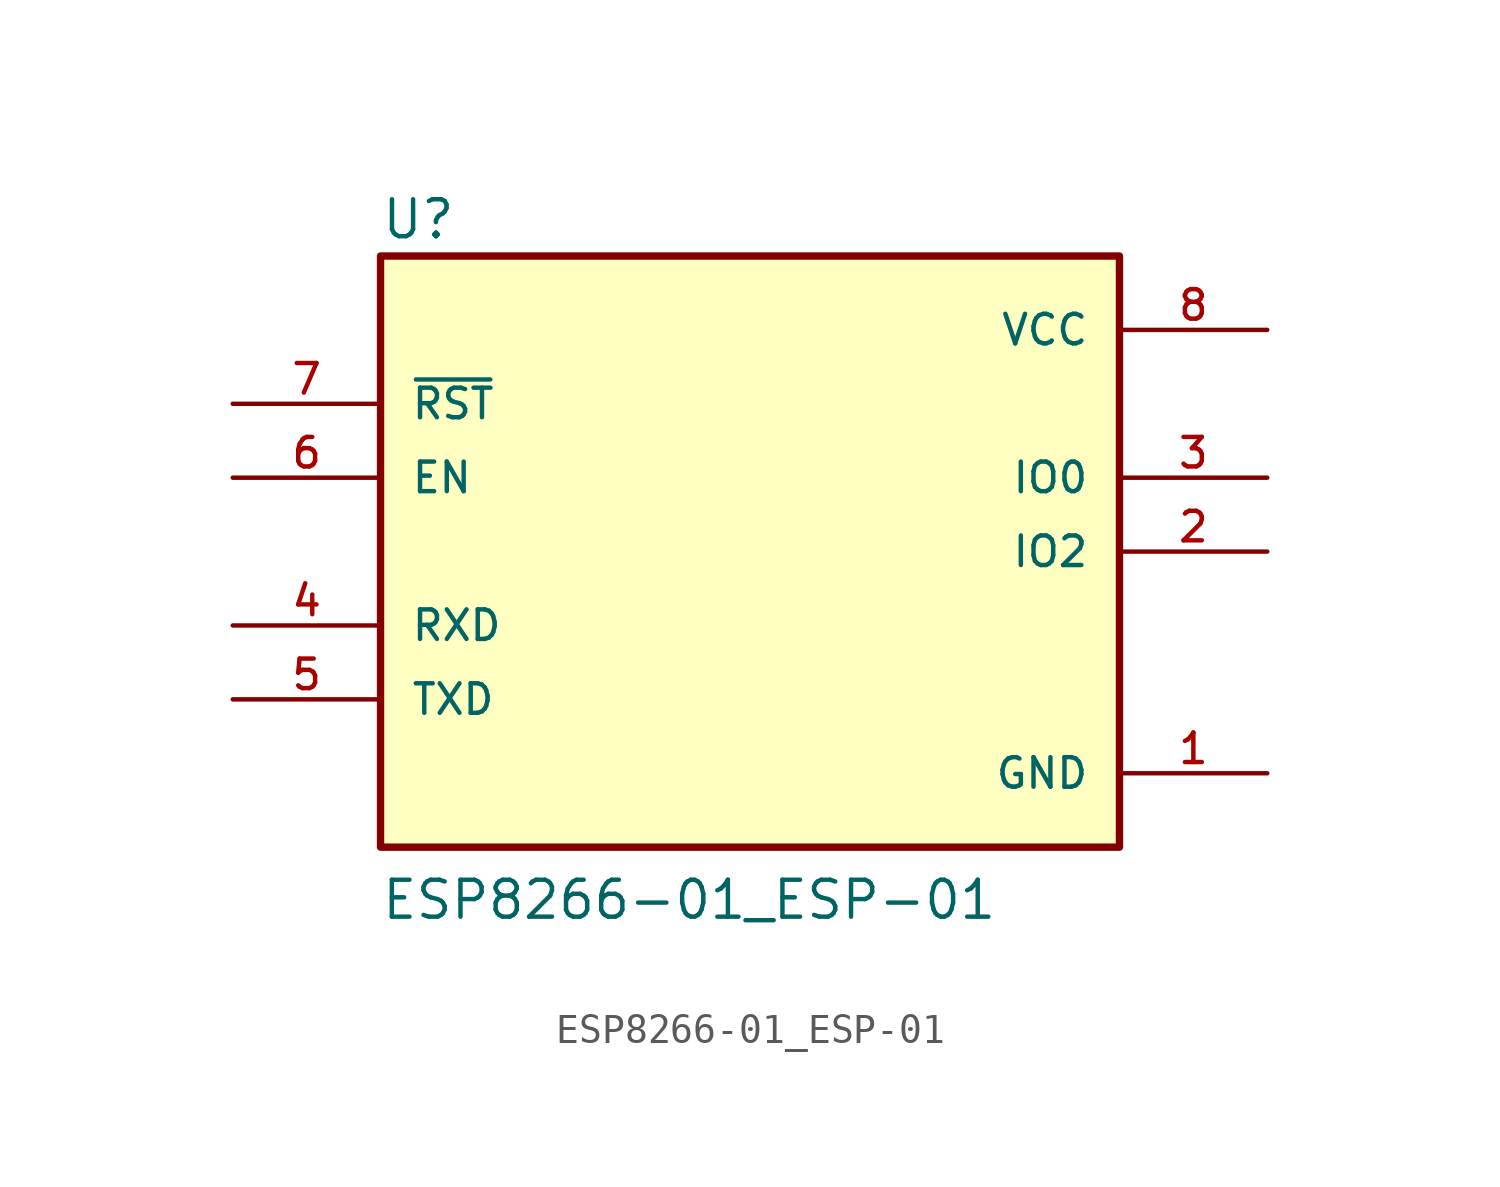
<source format=kicad_sym>
(kicad_symbol_lib
  (version 20231120)
  (generator "kicad_symbol_editor")
  (generator_version "8.0")
  (symbol "ESP8266-01_ESP-01"
    (pin_names
      (offset 1.016))
    (property "Reference" "U"
      (at -12.709 10.678 0)
      (effects (font (size 1.27 1.27)) (justify left bottom)))
    (property "Value" "ESP8266-01_ESP-01"
      (at -12.713 -12.713 0)
      (effects (font (size 1.27 1.27)) (justify left bottom)))
    (symbol "ESP8266-01_ESP-01_0_0"
      (rectangle (start -12.7 -10.16) (end 12.7 10.16) (stroke (width 0.254) (type default)) (fill (type background)))
      (pin power_in line (at 17.78 -7.62 180) (length 5.08) (name "GND" (effects (font (size 1.016 1.016)))) (number "1" (effects (font (size 1.016 1.016)))))
      (pin bidirectional line (at 17.78 0 180) (length 5.08) (name "IO2" (effects (font (size 1.016 1.016)))) (number "2" (effects (font (size 1.016 1.016)))))
      (pin bidirectional line (at 17.78 2.54 180) (length 5.08) (name "IO0" (effects (font (size 1.016 1.016)))) (number "3" (effects (font (size 1.016 1.016)))))
      (pin input line (at -17.78 -2.54 0) (length 5.08) (name "RXD" (effects (font (size 1.016 1.016)))) (number "4" (effects (font (size 1.016 1.016)))))
      (pin output line (at -17.78 -5.08 0) (length 5.08) (name "TXD" (effects (font (size 1.016 1.016)))) (number "5" (effects (font (size 1.016 1.016)))))
      (pin input line (at -17.78 2.54 0) (length 5.08) (name "EN" (effects (font (size 1.016 1.016)))) (number "6" (effects (font (size 1.016 1.016)))))
      (pin input line (at -17.78 5.08 0) (length 5.08) (name "~{RST}" (effects (font (size 1.016 1.016)))) (number "7" (effects (font (size 1.016 1.016)))))
      (pin power_in line (at 17.78 7.62 180) (length 5.08) (name "VCC" (effects (font (size 1.016 1.016)))) (number "8" (effects (font (size 1.016 1.016))))))))
</source>
